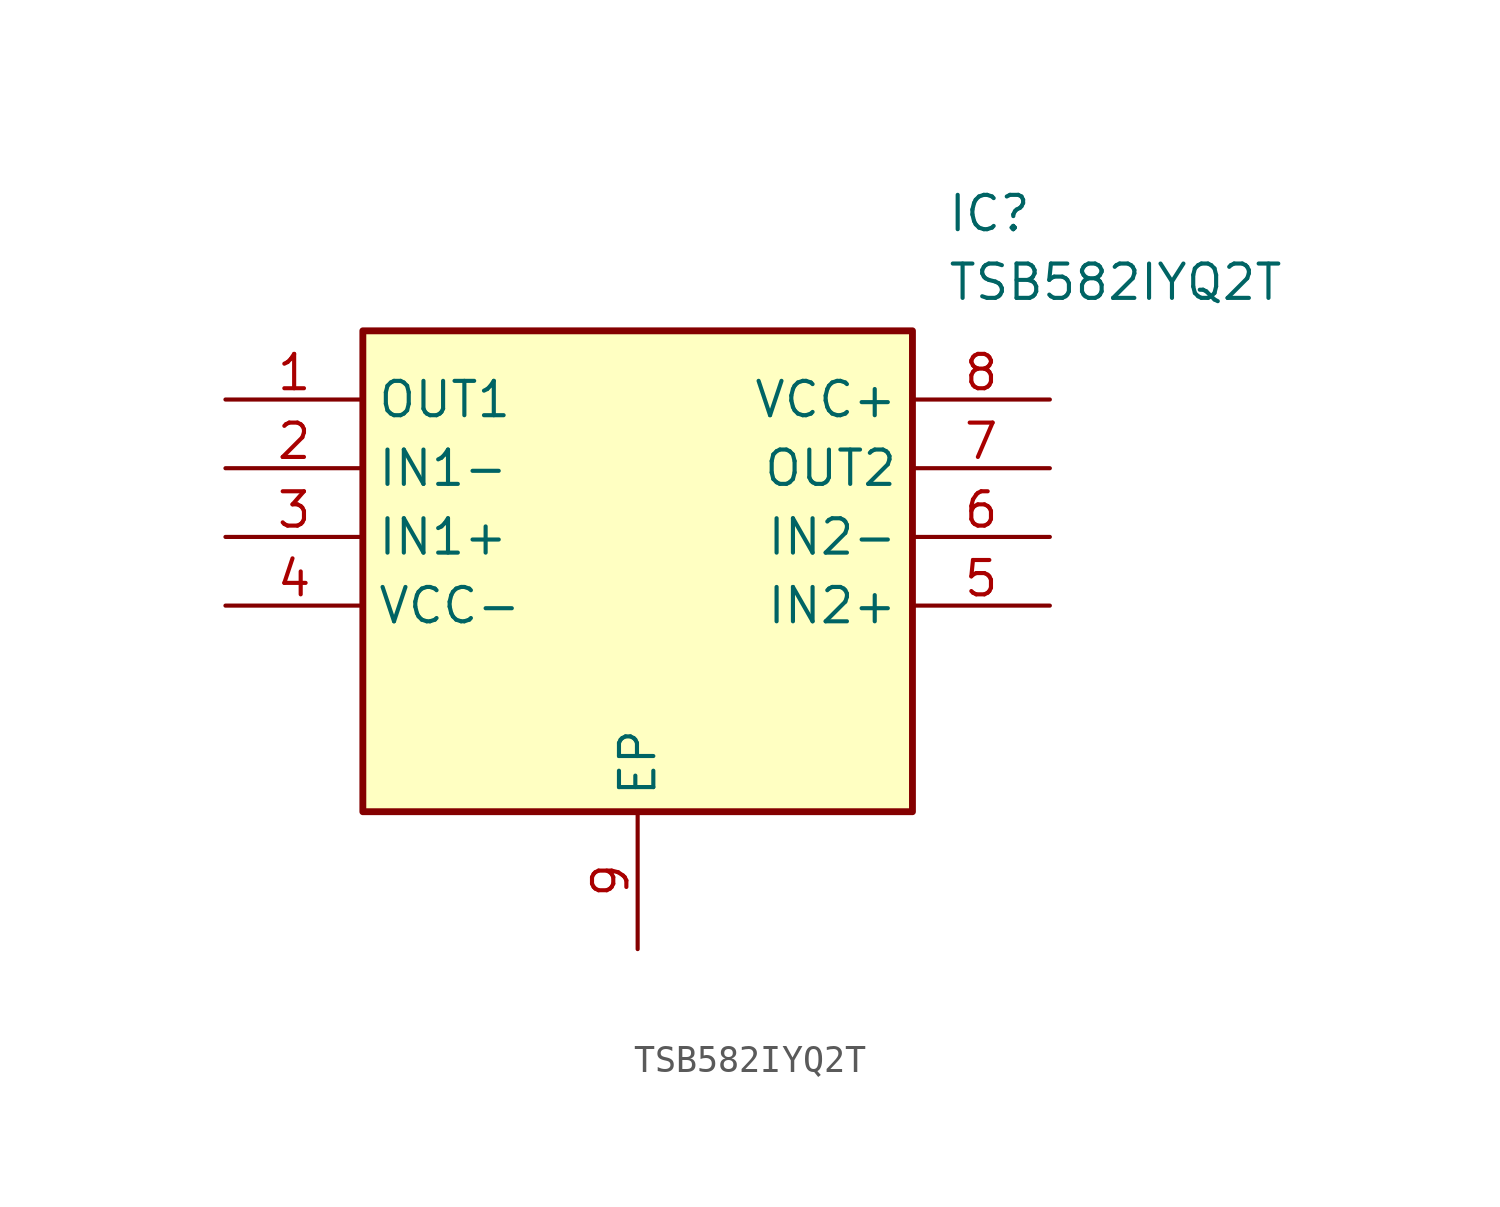
<source format=kicad_sym>
(kicad_symbol_lib
  (version 20211014)
  (generator SamacSys_ECAD_Model)
  (symbol "TSB582IYQ2T"
    (property "Reference" "IC"
      (at 26.67 7.62 0)
      (effects (font (size 1.27 1.27)) (justify left top)))
    (property "Value" "TSB582IYQ2T"
      (at 26.67 5.08 0)
      (effects (font (size 1.27 1.27)) (justify left top)))
    (rectangle
      (start 5.08 2.54)
      (end 25.4 -15.24)
      (stroke (width 0.254) (type default))
      (fill (type background)))
    (pin passive line
      (at 0 0 0)
      (length 5.08)
      (name "OUT1" (effects (font (size 1.27 1.27))))
      (number "1" (effects (font (size 1.27 1.27)))))
    (pin passive line
      (at 0 -2.54 0)
      (length 5.08)
      (name "IN1-" (effects (font (size 1.27 1.27))))
      (number "2" (effects (font (size 1.27 1.27)))))
    (pin passive line
      (at 0 -5.08 0)
      (length 5.08)
      (name "IN1+" (effects (font (size 1.27 1.27))))
      (number "3" (effects (font (size 1.27 1.27)))))
    (pin passive line
      (at 0 -7.62 0)
      (length 5.08)
      (name "VCC-" (effects (font (size 1.27 1.27))))
      (number "4" (effects (font (size 1.27 1.27)))))
    (pin passive line
      (at 15.24 -20.32 90)
      (length 5.08)
      (name "EP" (effects (font (size 1.27 1.27))))
      (number "9" (effects (font (size 1.27 1.27)))))
    (pin passive line
      (at 30.48 0 180)
      (length 5.08)
      (name "VCC+" (effects (font (size 1.27 1.27))))
      (number "8" (effects (font (size 1.27 1.27)))))
    (pin passive line
      (at 30.48 -2.54 180)
      (length 5.08)
      (name "OUT2" (effects (font (size 1.27 1.27))))
      (number "7" (effects (font (size 1.27 1.27)))))
    (pin passive line
      (at 30.48 -5.08 180)
      (length 5.08)
      (name "IN2-" (effects (font (size 1.27 1.27))))
      (number "6" (effects (font (size 1.27 1.27)))))
    (pin passive line
      (at 30.48 -7.62 180)
      (length 5.08)
      (name "IN2+" (effects (font (size 1.27 1.27))))
      (number "5" (effects (font (size 1.27 1.27)))))))
</source>
